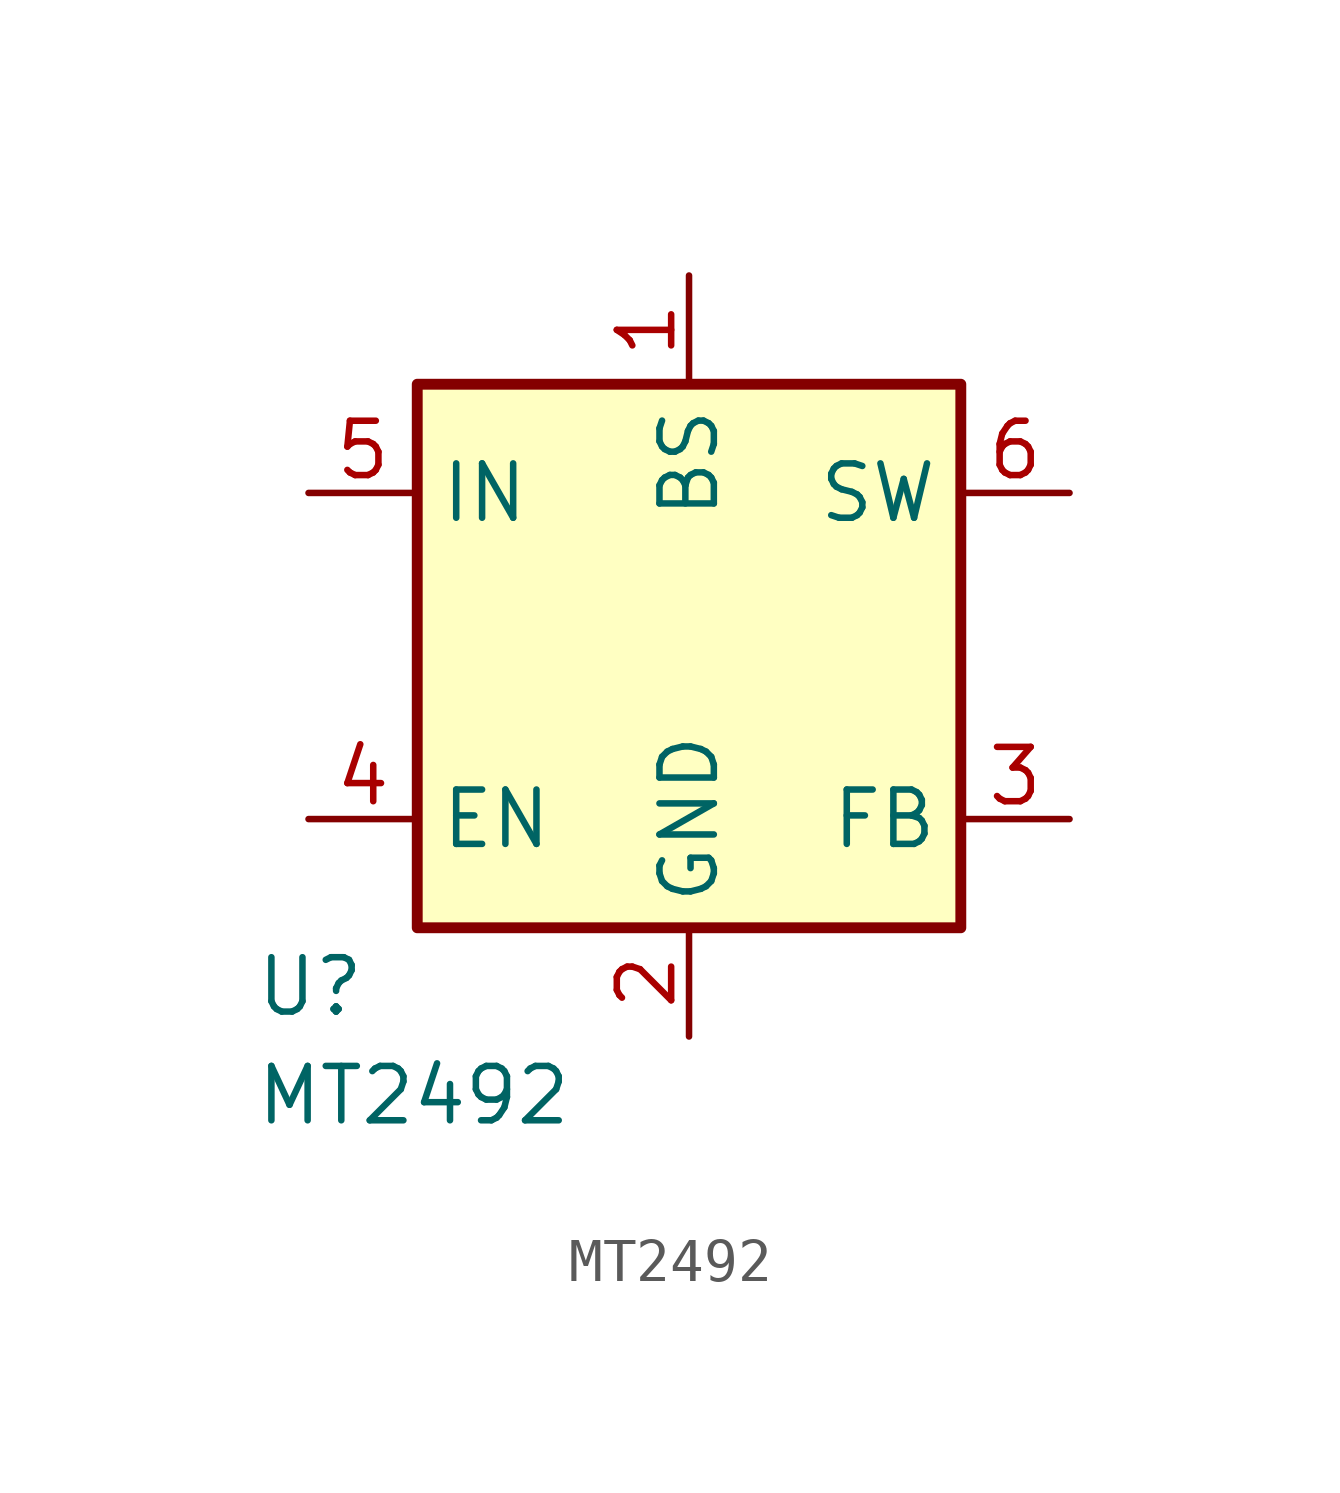
<source format=kicad_sym>
(kicad_symbol_lib
  (version 20220914)
  (generator kicad_symbol_editor)
  (symbol "MT2492"
    (property "Reference" "U"
      (at -1.27 -10.795 0)
      (effects (font (size 1.27 1.27)) (justify left top)))
    (property "Value" "MT2492"
      (at -1.27 -13.335 0)
      (effects (font (size 1.27 1.27)) (justify left top)))
    (symbol "MT2492_1_0"
      (pin passive line (at 8.89 5.08 270) (length 2.54) (name "BS" (effects (font (size 1.27 1.27)))) (number "1" (effects (font (size 1.27 1.27)))))
      (pin passive line (at 8.89 -12.7 90) (length 2.54) (name "GND" (effects (font (size 1.27 1.27)))) (number "2" (effects (font (size 1.27 1.27)))))
      (pin passive line (at 17.78 -7.62 180) (length 2.54) (name "FB" (effects (font (size 1.27 1.27)))) (number "3" (effects (font (size 1.27 1.27)))))
      (pin passive line (at 0 -7.62 0) (length 2.54) (name "EN" (effects (font (size 1.27 1.27)))) (number "4" (effects (font (size 1.27 1.27)))))
      (pin passive line (at 0 0 0) (length 2.54) (name "IN" (effects (font (size 1.27 1.27)))) (number "5" (effects (font (size 1.27 1.27)))))
      (pin passive line (at 17.78 0 180) (length 2.54) (name "SW" (effects (font (size 1.27 1.27)))) (number "6" (effects (font (size 1.27 1.27))))))
    (symbol "MT2492_1_1"
      (rectangle (start 2.54 2.54) (end 15.24 -10.16) (stroke (width 0.254) (type default)) (fill (type background))))))
</source>
